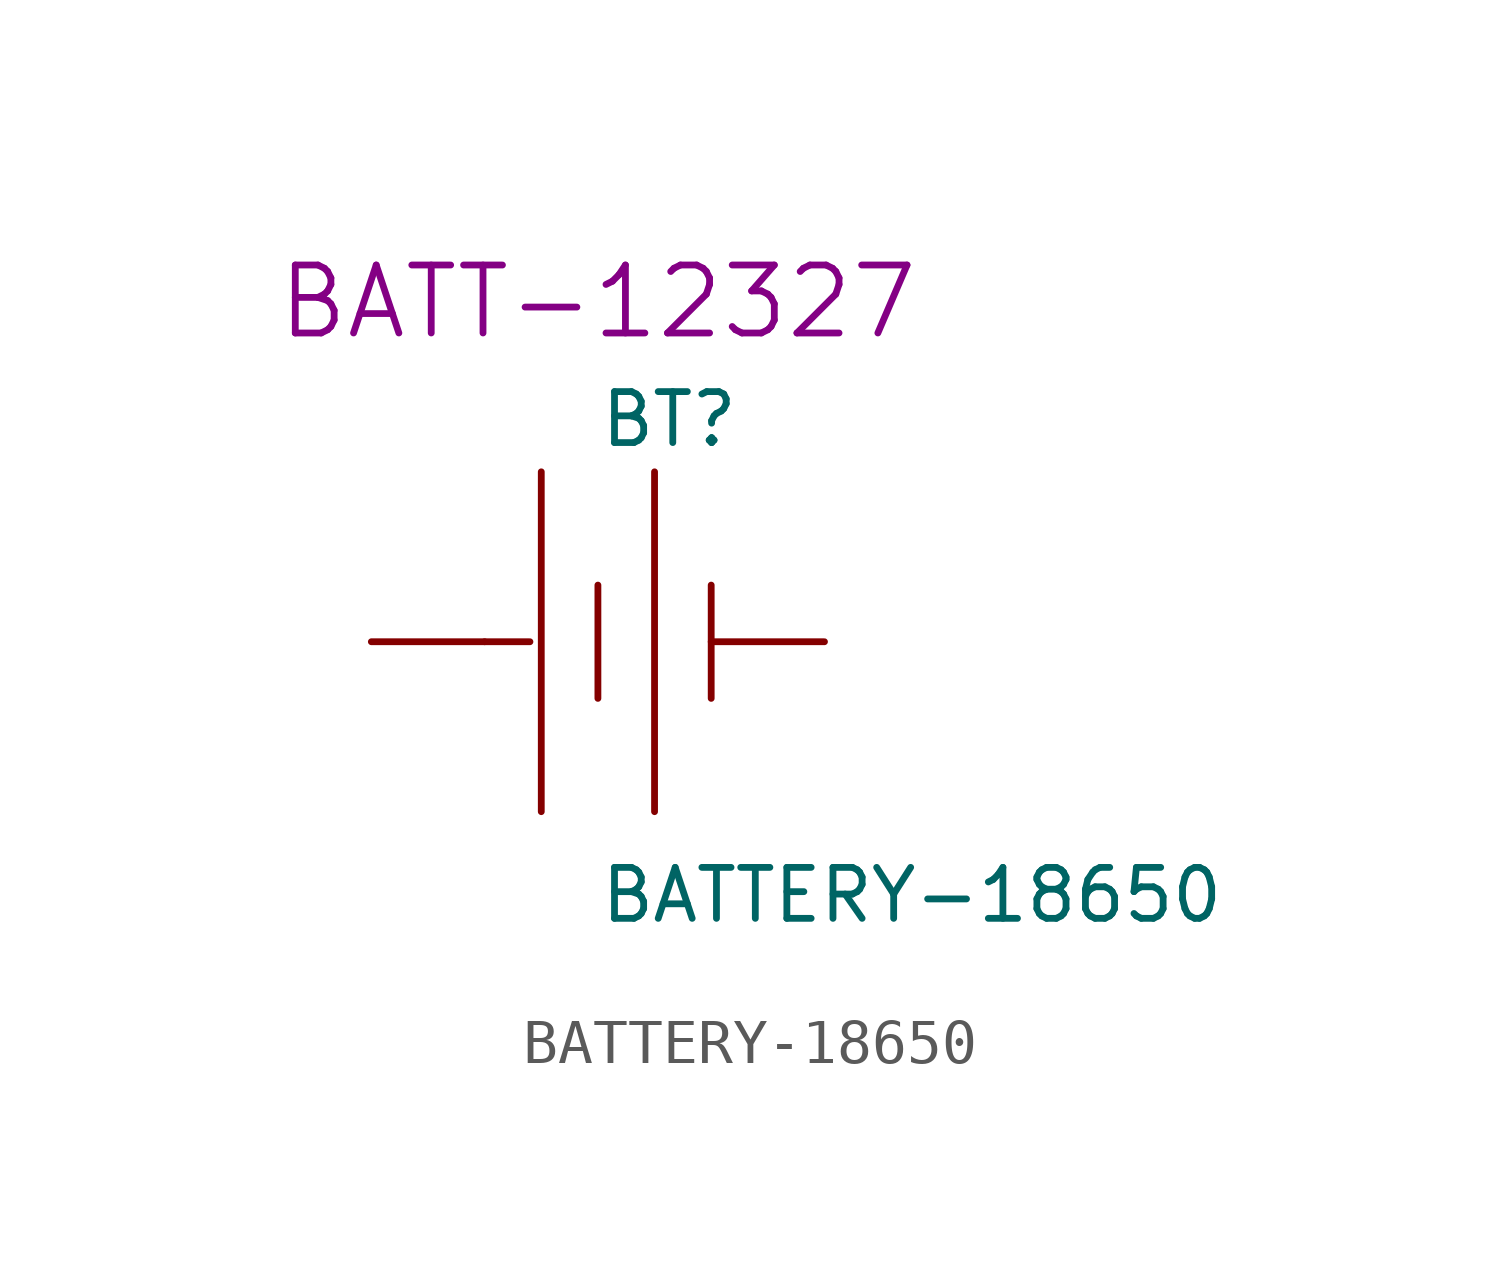
<source format=kicad_sym>
(kicad_symbol_lib
  (version 20220914)
  (generator kicad_symbol_editor)
  (symbol "BATTERY-18650"
    (pin_numbers hide)
    (pin_names
      (offset 1.016) hide)
    (property "Reference" "BT"
      (at 0 4.318 0)
      (effects (font (size 1.143 1.143)) (justify left bottom)))
    (property "Value" "BATTERY-18650"
      (at 0 -6.35 0)
      (effects (font (size 1.143 1.143)) (justify left bottom)))
    (property "Field4" "BATT-12327"
      (at 0 7.62 0)
      (effects (font (size 1.524 1.524))))
    (property "ki_locked" ""
      (at 0 0 0)
      (effects (font (size 1.27 1.27))))
    (symbol "BATTERY-18650_1_0"
      (polyline (pts (xy -2.54 0) (xy -1.524 0)) (stroke (width 0) (type solid)) (fill (type none)))
      (polyline (pts (xy -1.27 3.81) (xy -1.27 -3.81)) (stroke (width 0) (type solid)) (fill (type none)))
      (polyline (pts (xy 0 1.27) (xy 0 -1.27)) (stroke (width 0) (type solid)) (fill (type none)))
      (polyline (pts (xy 1.27 3.81) (xy 1.27 -3.81)) (stroke (width 0) (type solid)) (fill (type none)))
      (polyline (pts (xy 2.54 1.27) (xy 2.54 -1.27)) (stroke (width 0) (type solid)) (fill (type none))))
    (symbol "BATTERY-18650_1_1"
      (pin power_in line (at 5.08 0 180) (length 2.54) (name "-" (effects (font (size 1.016 1.016)))) (number "GND@" (effects (font (size 1.016 1.016)))))
      (pin power_in line (at -5.08 0 0) (length 2.54) (name "+" (effects (font (size 1.016 1.016)))) (number "PWR@" (effects (font (size 1.016 1.016))))))))
</source>
